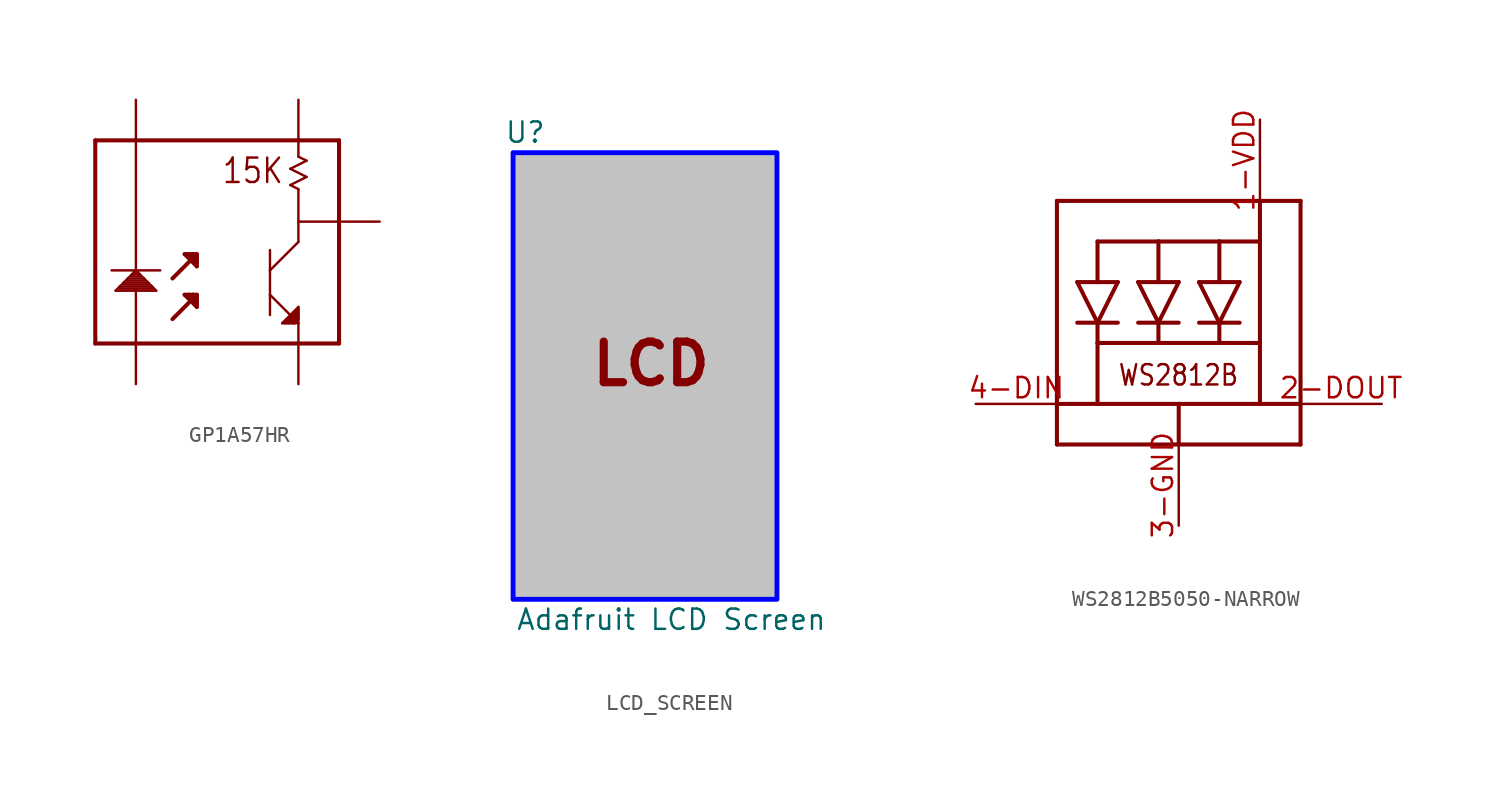
<source format=kicad_sym>
(kicad_symbol_lib
  (version 20241209)
  (generator "kicad_symbol_editor")
  (generator_version "9.0")
  (symbol "GP1A57HR"
    (property "Reference" ""
      (at 7.874 7.62 0)
      (effects (font (size 1.778 1.511)) (justify left bottom) (hide yes)))
    (property "ki_locked" ""
      (at 0 0 0)
      (effects (font (size 1.27 1.27))))
    (symbol "GP1A57HR_1_0"
      (polyline (pts (xy -7.62 10.16) (xy 5.08 10.16)) (stroke (width 0.254) (type solid)) (fill (type none)))
      (polyline (pts (xy -7.62 -2.54) (xy -7.62 10.16)) (stroke (width 0.254) (type solid)) (fill (type none)))
      (polyline (pts (xy -6.096 1.016) (xy -6.35 0.762)) (stroke (width 0.152) (type solid)) (fill (type none)))
      (polyline (pts (xy -6.096 0.889) (xy -4.064 0.889)) (stroke (width 0.152) (type solid)) (fill (type none)))
      (polyline (pts (xy -5.842 1.27) (xy -6.096 1.016)) (stroke (width 0.152) (type solid)) (fill (type none)))
      (polyline (pts (xy -5.842 1.27) (xy -4.318 1.27)) (stroke (width 0.152) (type solid)) (fill (type none)))
      (polyline (pts (xy -5.588 1.524) (xy -5.842 1.27)) (stroke (width 0.152) (type solid)) (fill (type none)))
      (polyline (pts (xy -5.588 1.397) (xy -4.572 1.397)) (stroke (width 0.152) (type solid)) (fill (type none)))
      (polyline (pts (xy -5.334 1.778) (xy -5.588 1.524)) (stroke (width 0.152) (type solid)) (fill (type none)))
      (polyline (pts (xy -5.334 1.778) (xy -4.826 1.778)) (stroke (width 0.152) (type solid)) (fill (type none)))
      (polyline (pts (xy -5.207 1.905) (xy -5.334 1.778)) (stroke (width 0.152) (type solid)) (fill (type none)))
      (polyline (pts (xy -5.207 1.905) (xy -4.953 1.905)) (stroke (width 0.152) (type solid)) (fill (type none)))
      (polyline (pts (xy -5.08 2.032) (xy -6.604 2.032)) (stroke (width 0.152) (type solid)) (fill (type none)))
      (polyline (pts (xy -5.08 2.032) (xy -5.207 1.905)) (stroke (width 0.152) (type solid)) (fill (type none)))
      (polyline (pts (xy -5.08 2.032) (xy -5.08 10.16)) (stroke (width 0.152) (type solid)) (fill (type none)))
      (polyline (pts (xy -5.08 0.762) (xy -6.35 0.762)) (stroke (width 0.152) (type solid)) (fill (type none)))
      (polyline (pts (xy -5.08 -2.54) (xy -7.62 -2.54)) (stroke (width 0.254) (type solid)) (fill (type none)))
      (polyline (pts (xy -5.08 -2.54) (xy -5.08 0.762)) (stroke (width 0.152) (type solid)) (fill (type none)))
      (polyline (pts (xy -4.953 1.905) (xy -5.08 2.032)) (stroke (width 0.152) (type solid)) (fill (type none)))
      (polyline (pts (xy -4.826 1.778) (xy -4.953 1.905)) (stroke (width 0.152) (type solid)) (fill (type none)))
      (polyline (pts (xy -4.826 1.651) (xy -5.334 1.651)) (stroke (width 0.152) (type solid)) (fill (type none)))
      (polyline (pts (xy -4.572 1.524) (xy -5.588 1.524)) (stroke (width 0.152) (type solid)) (fill (type none)))
      (polyline (pts (xy -4.572 1.524) (xy -4.826 1.778)) (stroke (width 0.152) (type solid)) (fill (type none)))
      (polyline (pts (xy -4.318 1.27) (xy -4.572 1.524)) (stroke (width 0.152) (type solid)) (fill (type none)))
      (polyline (pts (xy -4.318 1.143) (xy -5.842 1.143)) (stroke (width 0.152) (type solid)) (fill (type none)))
      (polyline (pts (xy -4.064 1.016) (xy -6.096 1.016)) (stroke (width 0.152) (type solid)) (fill (type none)))
      (polyline (pts (xy -4.064 1.016) (xy -4.318 1.27)) (stroke (width 0.152) (type solid)) (fill (type none)))
      (polyline (pts (xy -3.81 0.762) (xy -5.08 0.762)) (stroke (width 0.152) (type solid)) (fill (type none)))
      (polyline (pts (xy -3.81 0.762) (xy -4.064 1.016)) (stroke (width 0.152) (type solid)) (fill (type none)))
      (polyline (pts (xy -3.556 2.032) (xy -5.08 2.032)) (stroke (width 0.152) (type solid)) (fill (type none)))
      (polyline (pts (xy -2.794 1.524) (xy -1.778 2.54)) (stroke (width 0.254) (type solid)) (fill (type none)))
      (polyline (pts (xy -2.794 -1.016) (xy -1.778 0)) (stroke (width 0.254) (type solid)) (fill (type none)))
      (polyline (pts (xy -2.032 3.048) (xy -1.27 2.286)) (stroke (width 0.254) (type solid)) (fill (type none)))
      (polyline (pts (xy -2.032 0.508) (xy -1.27 -0.254)) (stroke (width 0.254) (type solid)) (fill (type none)))
      (polyline (pts (xy -1.778 3.048) (xy -2.032 3.048)) (stroke (width 0.254) (type solid)) (fill (type none)))
      (polyline (pts (xy -1.778 3.048) (xy -1.27 2.54)) (stroke (width 0.254) (type solid)) (fill (type none)))
      (polyline (pts (xy -1.778 0.508) (xy -2.032 0.508)) (stroke (width 0.254) (type solid)) (fill (type none)))
      (polyline (pts (xy -1.778 0.508) (xy -1.27 0)) (stroke (width 0.254) (type solid)) (fill (type none)))
      (polyline (pts (xy -1.524 3.048) (xy -1.778 3.048)) (stroke (width 0.254) (type solid)) (fill (type none)))
      (polyline (pts (xy -1.524 3.048) (xy -1.27 2.794)) (stroke (width 0.254) (type solid)) (fill (type none)))
      (polyline (pts (xy -1.524 0.508) (xy -1.778 0.508)) (stroke (width 0.254) (type solid)) (fill (type none)))
      (polyline (pts (xy -1.524 0.508) (xy -1.27 0.254)) (stroke (width 0.254) (type solid)) (fill (type none)))
      (polyline (pts (xy -1.27 3.048) (xy -1.524 3.048)) (stroke (width 0.254) (type solid)) (fill (type none)))
      (polyline (pts (xy -1.27 2.794) (xy -1.27 3.048)) (stroke (width 0.254) (type solid)) (fill (type none)))
      (polyline (pts (xy -1.27 2.54) (xy -1.27 2.794)) (stroke (width 0.254) (type solid)) (fill (type none)))
      (polyline (pts (xy -1.27 2.286) (xy -1.27 2.54)) (stroke (width 0.254) (type solid)) (fill (type none)))
      (polyline (pts (xy -1.27 0.508) (xy -1.524 0.508)) (stroke (width 0.254) (type solid)) (fill (type none)))
      (polyline (pts (xy -1.27 0.254) (xy -1.27 0.508)) (stroke (width 0.254) (type solid)) (fill (type none)))
      (polyline (pts (xy -1.27 0) (xy -1.27 0.254)) (stroke (width 0.254) (type solid)) (fill (type none)))
      (polyline (pts (xy -1.27 -0.254) (xy -1.27 0)) (stroke (width 0.254) (type solid)) (fill (type none)))
      (polyline (pts (xy 3.302 3.302) (xy 3.302 2.032)) (stroke (width 0.152) (type solid)) (fill (type none)))
      (polyline (pts (xy 3.302 2.032) (xy 3.302 0.508)) (stroke (width 0.152) (type solid)) (fill (type none)))
      (polyline (pts (xy 3.302 2.032) (xy 5.08 3.81)) (stroke (width 0.152) (type solid)) (fill (type none)))
      (polyline (pts (xy 3.302 0.508) (xy 3.302 -0.762)) (stroke (width 0.152) (type solid)) (fill (type none)))
      (polyline (pts (xy 3.302 0.508) (xy 4.572 -0.762)) (stroke (width 0.152) (type solid)) (fill (type none)))
      (polyline (pts (xy 4.064 -1.27) (xy 4.191 -1.27)) (stroke (width 0.152) (type solid)) (fill (type none)))
      (polyline (pts (xy 4.191 -1.27) (xy 4.318 -1.27)) (stroke (width 0.152) (type solid)) (fill (type none)))
      (polyline (pts (xy 4.318 -1.27) (xy 4.445 -1.27)) (stroke (width 0.152) (type solid)) (fill (type none)))
      (polyline (pts (xy 4.445 -1.27) (xy 4.572 -1.27)) (stroke (width 0.152) (type solid)) (fill (type none)))
      (polyline (pts (xy 4.572 8.382) (xy 5.588 7.874)) (stroke (width 0.152) (type solid)) (fill (type none)))
      (polyline (pts (xy 4.572 7.366) (xy 5.08 7.112)) (stroke (width 0.152) (type solid)) (fill (type none)))
      (polyline (pts (xy 4.572 -1.27) (xy 4.699 -1.27)) (stroke (width 0.152) (type solid)) (fill (type none)))
      (polyline (pts (xy 4.699 -1.27) (xy 4.826 -1.27)) (stroke (width 0.152) (type solid)) (fill (type none)))
      (polyline (pts (xy 4.826 -1.27) (xy 5.08 -1.27)) (stroke (width 0.152) (type solid)) (fill (type none)))
      (polyline (pts (xy 4.953 -0.508) (xy 4.318 -1.143)) (stroke (width 0.152) (type solid)) (fill (type none)))
      (polyline (pts (xy 4.953 -0.635) (xy 4.445 -1.143)) (stroke (width 0.152) (type solid)) (fill (type none)))
      (polyline (pts (xy 4.953 -0.762) (xy 4.572 -1.143)) (stroke (width 0.152) (type solid)) (fill (type none)))
      (polyline (pts (xy 4.953 -0.889) (xy 4.699 -1.143)) (stroke (width 0.152) (type solid)) (fill (type none)))
      (polyline (pts (xy 4.953 -1.016) (xy 4.826 -1.143)) (stroke (width 0.152) (type solid)) (fill (type none)))
      (polyline (pts (xy 4.953 -1.143) (xy 4.826 -1.27)) (stroke (width 0.152) (type solid)) (fill (type none)))
      (polyline (pts (xy 5.08 10.16) (xy 5.08 9.144)) (stroke (width 0.152) (type solid)) (fill (type none)))
      (polyline (pts (xy 5.08 10.16) (xy 7.62 10.16)) (stroke (width 0.254) (type solid)) (fill (type none)))
      (polyline (pts (xy 5.08 9.144) (xy 5.588 8.89)) (stroke (width 0.152) (type solid)) (fill (type none)))
      (polyline (pts (xy 5.08 7.112) (xy 5.08 5.08)) (stroke (width 0.152) (type solid)) (fill (type none)))
      (polyline (pts (xy 5.08 5.08) (xy 5.08 3.81)) (stroke (width 0.152) (type solid)) (fill (type none)))
      (polyline (pts (xy 5.08 5.08) (xy 7.62 5.08)) (stroke (width 0.152) (type solid)) (fill (type none)))
      (polyline (pts (xy 5.08 -0.254) (xy 4.064 -1.27)) (stroke (width 0.152) (type solid)) (fill (type none)))
      (polyline (pts (xy 5.08 -0.381) (xy 4.191 -1.27)) (stroke (width 0.152) (type solid)) (fill (type none)))
      (polyline (pts (xy 5.08 -0.381) (xy 5.08 -0.254)) (stroke (width 0.152) (type solid)) (fill (type none)))
      (polyline (pts (xy 5.08 -0.508) (xy 4.318 -1.27)) (stroke (width 0.152) (type solid)) (fill (type none)))
      (polyline (pts (xy 5.08 -0.508) (xy 5.08 -0.381)) (stroke (width 0.152) (type solid)) (fill (type none)))
      (polyline (pts (xy 5.08 -0.635) (xy 4.445 -1.27)) (stroke (width 0.152) (type solid)) (fill (type none)))
      (polyline (pts (xy 5.08 -0.635) (xy 5.08 -0.508)) (stroke (width 0.152) (type solid)) (fill (type none)))
      (polyline (pts (xy 5.08 -0.762) (xy 4.572 -1.27)) (stroke (width 0.152) (type solid)) (fill (type none)))
      (polyline (pts (xy 5.08 -0.762) (xy 5.08 -0.635)) (stroke (width 0.152) (type solid)) (fill (type none)))
      (polyline (pts (xy 5.08 -0.889) (xy 4.699 -1.27)) (stroke (width 0.152) (type solid)) (fill (type none)))
      (polyline (pts (xy 5.08 -0.889) (xy 5.08 -0.762)) (stroke (width 0.152) (type solid)) (fill (type none)))
      (polyline (pts (xy 5.08 -1.016) (xy 4.826 -1.27)) (stroke (width 0.152) (type solid)) (fill (type none)))
      (polyline (pts (xy 5.08 -1.016) (xy 5.08 -0.889)) (stroke (width 0.152) (type solid)) (fill (type none)))
      (polyline (pts (xy 5.08 -1.27) (xy 5.08 -1.016)) (stroke (width 0.152) (type solid)) (fill (type none)))
      (polyline (pts (xy 5.08 -2.54) (xy -5.08 -2.54)) (stroke (width 0.254) (type solid)) (fill (type none)))
      (polyline (pts (xy 5.08 -2.54) (xy 5.08 -1.27)) (stroke (width 0.152) (type solid)) (fill (type none)))
      (polyline (pts (xy 5.588 8.89) (xy 4.572 8.382)) (stroke (width 0.152) (type solid)) (fill (type none)))
      (polyline (pts (xy 5.588 7.874) (xy 4.572 7.366)) (stroke (width 0.152) (type solid)) (fill (type none)))
      (polyline (pts (xy 7.62 10.16) (xy 7.62 5.08)) (stroke (width 0.254) (type solid)) (fill (type none)))
      (polyline (pts (xy 7.62 5.08) (xy 7.62 -2.54)) (stroke (width 0.254) (type solid)) (fill (type none)))
      (polyline (pts (xy 7.62 -2.54) (xy 5.08 -2.54)) (stroke (width 0.254) (type solid)) (fill (type none)))
      (text "15K" (at 0.254 7.366 0) (effects (font (size 1.524 1.295)) (justify left bottom)))
      (pin bidirectional line (at -5.08 12.7 270) (length 2.54) (name "2" (effects (font (size 0 0)))) (number "2" (effects (font (size 0 0)))))
      (pin bidirectional line (at -5.08 -5.08 90) (length 2.54) (name "1" (effects (font (size 0 0)))) (number "1" (effects (font (size 0 0)))))
      (pin bidirectional line (at 5.08 12.7 270) (length 2.54) (name "3" (effects (font (size 0 0)))) (number "3" (effects (font (size 0 0)))))
      (pin bidirectional line (at 5.08 -5.08 90) (length 2.54) (name "5" (effects (font (size 0 0)))) (number "5" (effects (font (size 0 0)))))
      (pin bidirectional line (at 10.16 5.08 180) (length 2.54) (name "4" (effects (font (size 0 0)))) (number "4" (effects (font (size 0 0)))))))
  (symbol "LCD_SCREEN"
    (pin_numbers
      (hide yes))
    (property "Reference" "U"
      (at -8.128 15.24 0)
      (effects (font (size 1.27 1.27))))
    (property "Value" "Adafruit LCD Screen"
      (at 1.016 -15.24 0)
      (effects (font (size 1.27 1.27))))
    (symbol "LCD_SCREEN_1_1"
      (rectangle (start -8.89 13.97) (end 7.62 -13.97) (stroke (width 0.305) (type solid) (color 0 0 255 1)) (fill (type color) (color 194 194 194 1)))
      (text "LCD" (at -0.254 0.762 0) (effects (font (size 2.54 2.54) (thickness 0.508) (bold yes))))))
  (symbol "WS2812B5050-NARROW"
    (property "Reference" "LED"
      (at 0 0 0)
      (effects (font (size 1.27 1.27)) (hide yes)))
    (property "ki_locked" ""
      (at 0 0 0)
      (effects (font (size 1.27 1.27))))
    (symbol "WS2812B5050-NARROW_1_0"
      (polyline (pts (xy -7.62 10.16) (xy -7.62 -2.54)) (stroke (width 0.254) (type solid)) (fill (type none)))
      (polyline (pts (xy -7.62 -2.54) (xy -7.62 -5.08)) (stroke (width 0.254) (type solid)) (fill (type none)))
      (polyline (pts (xy -7.62 -5.08) (xy 0 -5.08)) (stroke (width 0.254) (type solid)) (fill (type none)))
      (polyline (pts (xy -6.35 5.08) (xy -5.08 5.08)) (stroke (width 0.254) (type solid)) (fill (type none)))
      (polyline (pts (xy -6.35 2.54) (xy -5.08 2.54)) (stroke (width 0.254) (type solid)) (fill (type none)))
      (polyline (pts (xy -5.08 7.62) (xy -5.08 5.08)) (stroke (width 0.254) (type solid)) (fill (type none)))
      (polyline (pts (xy -5.08 5.08) (xy -3.81 5.08)) (stroke (width 0.254) (type solid)) (fill (type none)))
      (polyline (pts (xy -5.08 2.54) (xy -6.35 5.08)) (stroke (width 0.254) (type solid)) (fill (type none)))
      (polyline (pts (xy -5.08 2.54) (xy -5.08 1.27)) (stroke (width 0.254) (type solid)) (fill (type none)))
      (polyline (pts (xy -5.08 2.54) (xy -3.81 5.08)) (stroke (width 0.254) (type solid)) (fill (type none)))
      (polyline (pts (xy -5.08 1.27) (xy -5.08 -2.54)) (stroke (width 0.254) (type solid)) (fill (type none)))
      (polyline (pts (xy -5.08 -2.54) (xy -7.62 -2.54)) (stroke (width 0.254) (type solid)) (fill (type none)))
      (polyline (pts (xy -5.08 -2.54) (xy 0 -2.54)) (stroke (width 0.254) (type solid)) (fill (type none)))
      (polyline (pts (xy -3.81 2.54) (xy -5.08 2.54)) (stroke (width 0.254) (type solid)) (fill (type none)))
      (polyline (pts (xy -2.54 5.08) (xy 0 5.08)) (stroke (width 0.254) (type solid)) (fill (type none)))
      (polyline (pts (xy -2.54 2.54) (xy -1.27 2.54)) (stroke (width 0.254) (type solid)) (fill (type none)))
      (polyline (pts (xy -1.27 7.62) (xy -5.08 7.62)) (stroke (width 0.254) (type solid)) (fill (type none)))
      (polyline (pts (xy -1.27 5.08) (xy -1.27 7.62)) (stroke (width 0.254) (type solid)) (fill (type none)))
      (polyline (pts (xy -1.27 2.54) (xy -2.54 5.08)) (stroke (width 0.254) (type solid)) (fill (type none)))
      (polyline (pts (xy -1.27 2.54) (xy -1.27 1.27)) (stroke (width 0.254) (type solid)) (fill (type none)))
      (polyline (pts (xy -1.27 2.54) (xy 0 2.54)) (stroke (width 0.254) (type solid)) (fill (type none)))
      (polyline (pts (xy -1.27 1.27) (xy -5.08 1.27)) (stroke (width 0.254) (type solid)) (fill (type none)))
      (polyline (pts (xy 0 5.08) (xy -1.27 2.54)) (stroke (width 0.254) (type solid)) (fill (type none)))
      (polyline (pts (xy 0 -2.54) (xy 0 -5.08)) (stroke (width 0.254) (type solid)) (fill (type none)))
      (polyline (pts (xy 0 -2.54) (xy 5.08 -2.54)) (stroke (width 0.254) (type solid)) (fill (type none)))
      (polyline (pts (xy 0 -5.08) (xy 7.62 -5.08)) (stroke (width 0.254) (type solid)) (fill (type none)))
      (polyline (pts (xy 1.27 5.08) (xy 2.54 5.08)) (stroke (width 0.254) (type solid)) (fill (type none)))
      (polyline (pts (xy 1.27 5.08) (xy 2.54 2.54)) (stroke (width 0.254) (type solid)) (fill (type none)))
      (polyline (pts (xy 2.54 7.62) (xy -1.27 7.62)) (stroke (width 0.254) (type solid)) (fill (type none)))
      (polyline (pts (xy 2.54 7.62) (xy 5.08 7.62)) (stroke (width 0.254) (type solid)) (fill (type none)))
      (polyline (pts (xy 2.54 5.08) (xy 2.54 7.62)) (stroke (width 0.254) (type solid)) (fill (type none)))
      (polyline (pts (xy 2.54 2.54) (xy 1.27 2.54)) (stroke (width 0.254) (type solid)) (fill (type none)))
      (polyline (pts (xy 2.54 2.54) (xy 2.54 1.27)) (stroke (width 0.254) (type solid)) (fill (type none)))
      (polyline (pts (xy 2.54 2.54) (xy 3.81 5.08)) (stroke (width 0.254) (type solid)) (fill (type none)))
      (polyline (pts (xy 2.54 2.54) (xy 3.81 2.54)) (stroke (width 0.254) (type solid)) (fill (type none)))
      (polyline (pts (xy 2.54 1.27) (xy -1.27 1.27)) (stroke (width 0.254) (type solid)) (fill (type none)))
      (polyline (pts (xy 3.81 5.08) (xy 2.54 5.08)) (stroke (width 0.254) (type solid)) (fill (type none)))
      (polyline (pts (xy 5.08 10.16) (xy -7.62 10.16)) (stroke (width 0.254) (type solid)) (fill (type none)))
      (polyline (pts (xy 5.08 10.16) (xy 5.08 7.62)) (stroke (width 0.254) (type solid)) (fill (type none)))
      (polyline (pts (xy 5.08 7.62) (xy 5.08 1.27)) (stroke (width 0.254) (type solid)) (fill (type none)))
      (polyline (pts (xy 5.08 1.27) (xy 2.54 1.27)) (stroke (width 0.254) (type solid)) (fill (type none)))
      (polyline (pts (xy 5.08 -2.54) (xy 5.08 1.27)) (stroke (width 0.254) (type solid)) (fill (type none)))
      (polyline (pts (xy 5.08 -2.54) (xy 7.62 -2.54)) (stroke (width 0.254) (type solid)) (fill (type none)))
      (polyline (pts (xy 7.62 10.16) (xy 5.08 10.16)) (stroke (width 0.254) (type solid)) (fill (type none)))
      (polyline (pts (xy 7.62 -2.54) (xy 7.62 10.16)) (stroke (width 0.254) (type solid)) (fill (type none)))
      (polyline (pts (xy 7.62 -5.08) (xy 7.62 -2.54)) (stroke (width 0.254) (type solid)) (fill (type none)))
      (text "WS2812B" (at 3.81 0 0) (effects (font (size 1.27 1.079)) (justify right top)))
      (pin input line (at -12.7 -2.54 0) (length 5.08) (name "DI" (effects (font (size 0 0)))) (number "4-DIN" (effects (font (size 1.27 1.27)))))
      (pin power_in line (at 0 -10.16 90) (length 5.08) (name "GND" (effects (font (size 0 0)))) (number "3-GND" (effects (font (size 1.27 1.27)))))
      (pin power_in line (at 5.08 15.24 270) (length 5.08) (name "VDD" (effects (font (size 0 0)))) (number "1-VDD" (effects (font (size 1.27 1.27)))))
      (pin output line (at 12.7 -2.54 180) (length 5.08) (name "DO" (effects (font (size 0 0)))) (number "2-DOUT" (effects (font (size 1.27 1.27))))))))
</source>
